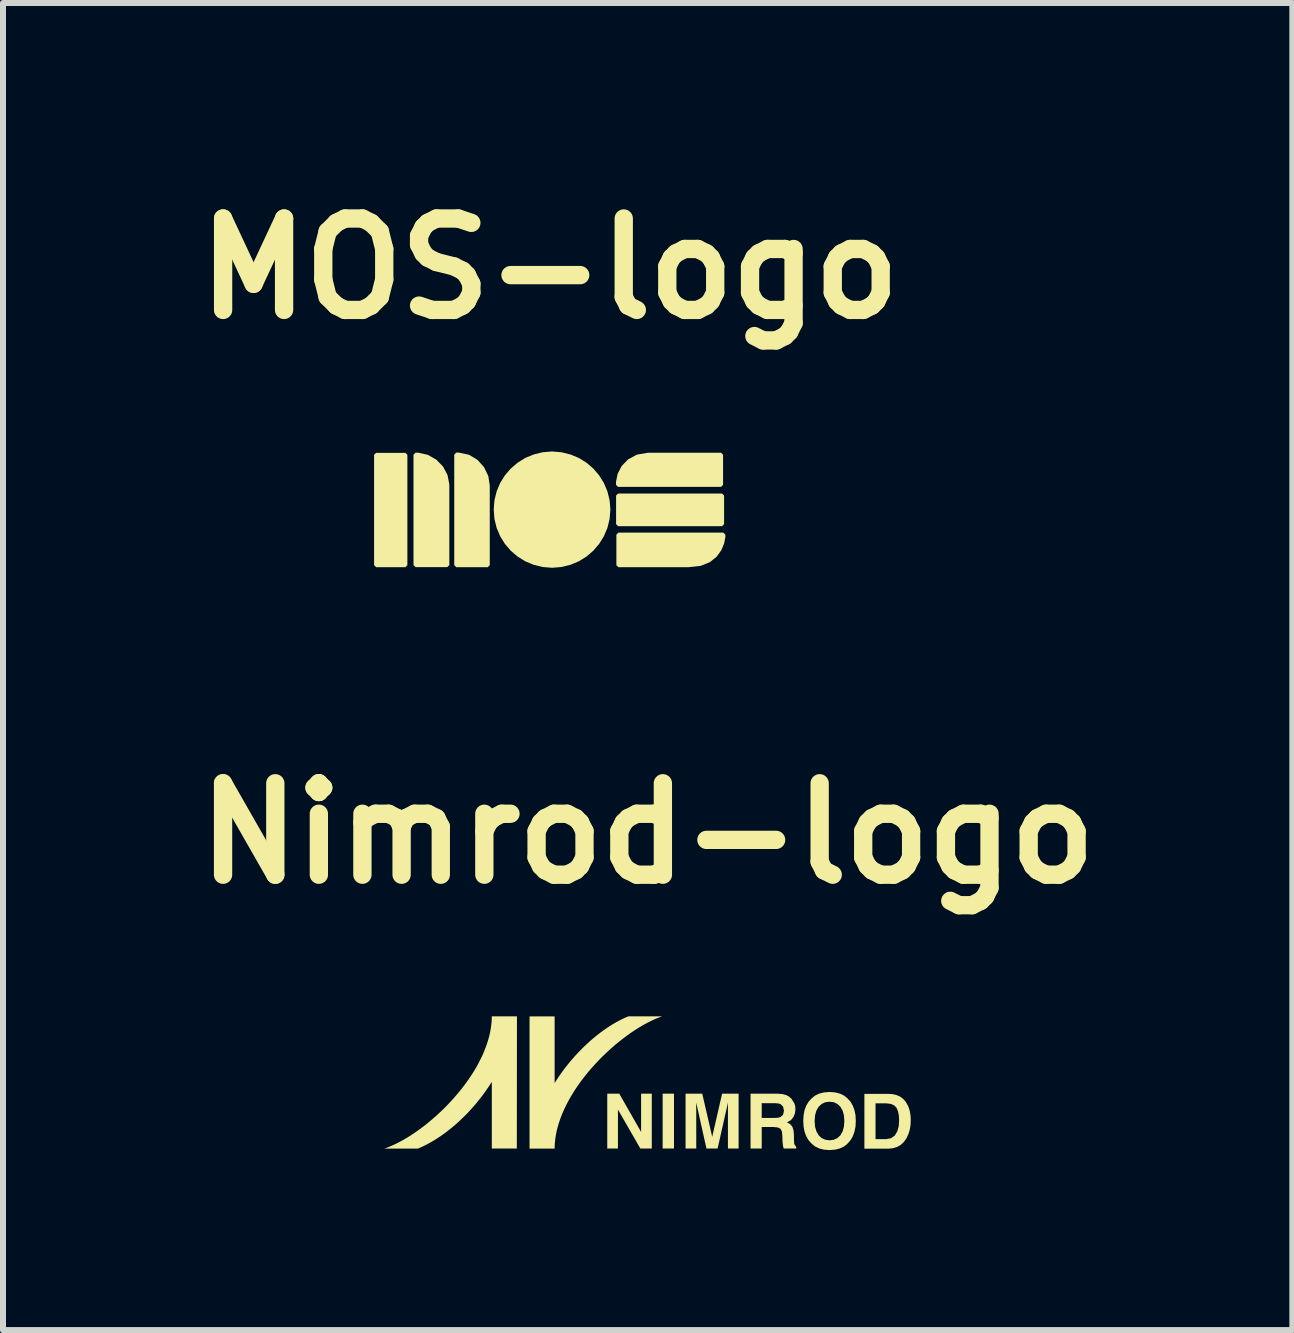
<source format=kicad_pcb>
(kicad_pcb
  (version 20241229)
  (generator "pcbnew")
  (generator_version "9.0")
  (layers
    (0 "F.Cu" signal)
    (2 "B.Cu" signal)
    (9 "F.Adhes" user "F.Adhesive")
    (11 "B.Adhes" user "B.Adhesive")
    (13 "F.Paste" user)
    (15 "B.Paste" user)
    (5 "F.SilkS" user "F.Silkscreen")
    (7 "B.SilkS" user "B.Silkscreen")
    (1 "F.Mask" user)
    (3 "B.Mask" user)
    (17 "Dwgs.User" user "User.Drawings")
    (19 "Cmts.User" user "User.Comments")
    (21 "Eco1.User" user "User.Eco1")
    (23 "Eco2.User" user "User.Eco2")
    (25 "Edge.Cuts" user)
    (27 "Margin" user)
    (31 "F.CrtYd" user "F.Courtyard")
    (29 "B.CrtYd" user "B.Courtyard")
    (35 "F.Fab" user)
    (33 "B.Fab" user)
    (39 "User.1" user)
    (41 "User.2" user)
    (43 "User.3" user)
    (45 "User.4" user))
  (footprint "Nimrod-logo"
    (layer "F.Cu")
    (at 7.743 15.001)
    (property "Reference" "Nimrod-logo" (at 0 -4.163 0) (layer "F.SilkS") (effects (font (size 1.524 1.524) (thickness 0.305))))
    (attr board_only exclude_from_pos_files exclude_from_bom allow_missing_courtyard)
    (fp_poly (pts (xy 0.25 0.175) (xy 0.25 1.089) (xy 0.439 1.089) (xy 0.439 0.175) (xy 0.25 0.175)) (stroke (width 0) (type solid)) (fill yes) (layer "F.SilkS"))
    (fp_poly (pts (xy -0.673 1.089) (xy -0.673 0.175) (xy -0.473 0.175) (xy -0.109 0.813) (xy -0.109 0.175) (xy 0.069 0.175) (xy 0.069 1.089) (xy -0.122 1.089) (xy -0.495 0.44) (xy -0.495 1.089) (xy -0.673 1.089)) (stroke (width 0) (type solid)) (fill yes) (layer "F.SilkS"))
    (fp_poly (pts (xy 1.076 0.894) (xy 1.241 0.175) (xy 1.516 0.175) (xy 1.516 1.089) (xy 1.338 1.089) (xy 1.338 0.471) (xy 1.338 0.396) (xy 1.339 0.322) (xy 1.166 1.089) (xy 0.98 1.089) (xy 0.809 0.322) (xy 0.809 0.396) (xy 0.81 0.471) (xy 0.81 1.089) (xy 0.632 1.089) (xy 0.632 0.175) (xy 0.91 0.175) (xy 1.076 0.894)) (stroke (width 0) (type solid)) (fill yes) (layer "F.SilkS"))
    (fp_poly (pts (xy 4.148 0.411) (xy 4.344 0.854) (xy 4.367 0.781) (xy 4.381 0.7) (xy 4.385 0.612) (xy 4.381 0.539) (xy 4.368 0.461) (xy 4.343 0.385) (xy 4.303 0.313) (xy 4.259 0.263) (xy 4.207 0.224) (xy 4.147 0.198) (xy 4.084 0.183) (xy 4.006 0.178) (xy 3.612 0.178) (xy 3.612 1.092) (xy 4.006 1.092) (xy 4.084 1.085) (xy 4.154 1.064) (xy 4.216 1.03) (xy 4.268 0.983) (xy 4.312 0.921) (xy 4.344 0.854) (xy 4.148 0.411) (xy 4.172 0.468) (xy 4.187 0.54) (xy 4.191 0.625) (xy 4.184 0.72) (xy 4.162 0.8) (xy 4.118 0.874) (xy 4.055 0.918) (xy 3.974 0.933) (xy 3.798 0.933) (xy 3.798 0.336) (xy 3.974 0.336) (xy 4.051 0.345) (xy 4.109 0.37) (xy 4.148 0.411)) (stroke (width 0) (type solid)) (fill yes) (layer "F.SilkS"))
    (fp_poly (pts (xy 2.216 0.35) (xy 1.715 0.175) (xy 1.715 1.089) (xy 1.901 1.089) (xy 1.901 0.731) (xy 2.098 0.731) (xy 2.169 0.738) (xy 2.214 0.76) (xy 2.237 0.804) (xy 2.245 0.876) (xy 2.247 0.961) (xy 2.255 1.04) (xy 2.267 1.089) (xy 2.477 1.089) (xy 2.477 1.066) (xy 2.443 1.014) (xy 2.438 0.929) (xy 2.438 0.868) (xy 2.431 0.784) (xy 2.411 0.725) (xy 2.376 0.683) (xy 2.322 0.653) (xy 2.387 0.617) (xy 2.43 0.564) (xy 2.455 0.5) (xy 2.463 0.436) (xy 2.459 0.385) (xy 2.446 0.339) (xy 2.399 0.263) (xy 2.359 0.226) (xy 2.311 0.199) (xy 2.248 0.182) (xy 2.163 0.175) (xy 1.715 0.175) (xy 2.216 0.35) (xy 2.258 0.392) (xy 2.272 0.462) (xy 2.257 0.526) (xy 2.214 0.565) (xy 2.174 0.576) (xy 2.118 0.579) (xy 1.901 0.579) (xy 1.901 0.334) (xy 2.123 0.334) (xy 2.178 0.338) (xy 2.216 0.35)) (stroke (width 0) (type solid)) (fill yes) (layer "F.SilkS"))
    (fp_poly (pts (xy 2.85 0.869) (xy 2.599 0.535) (xy 2.593 0.631) (xy 2.599 0.725) (xy 2.615 0.809) (xy 2.643 0.885) (xy 2.682 0.951) (xy 2.732 1.008) (xy 2.79 1.055) (xy 2.859 1.088) (xy 2.939 1.108) (xy 3.031 1.115) (xy 3.124 1.108) (xy 3.204 1.088) (xy 3.273 1.055) (xy 3.331 1.008) (xy 3.381 0.951) (xy 3.419 0.885) (xy 3.447 0.809) (xy 3.464 0.725) (xy 3.469 0.631) (xy 3.464 0.535) (xy 3.447 0.45) (xy 3.419 0.375) (xy 3.381 0.309) (xy 3.331 0.254) (xy 3.273 0.207) (xy 3.204 0.174) (xy 3.124 0.154) (xy 3.031 0.147) (xy 2.939 0.154) (xy 2.859 0.174) (xy 2.79 0.207) (xy 2.732 0.254) (xy 2.682 0.309) (xy 2.643 0.375) (xy 2.615 0.45) (xy 2.599 0.535) (xy 2.85 0.869) (xy 2.813 0.805) (xy 2.79 0.726) (xy 2.783 0.631) (xy 2.79 0.536) (xy 2.813 0.456) (xy 2.85 0.393) (xy 2.901 0.346) (xy 2.961 0.318) (xy 3.031 0.309) (xy 3.102 0.318) (xy 3.162 0.346) (xy 3.212 0.393) (xy 3.249 0.457) (xy 3.271 0.536) (xy 3.278 0.631) (xy 3.271 0.726) (xy 3.249 0.805) (xy 3.212 0.869) (xy 3.162 0.916) (xy 3.102 0.943) (xy 3.031 0.953) (xy 2.961 0.943) (xy 2.901 0.916) (xy 2.85 0.869)) (stroke (width 0) (type solid)) (fill yes) (layer "F.SilkS"))
    (fp_poly (pts (xy -2.597 -1.114) (xy -2.597 -1.106) (xy -2.6 -1.026) (xy -2.609 -0.945) (xy -2.622 -0.864) (xy -2.64 -0.783) (xy -2.663 -0.702) (xy -2.69 -0.621) (xy -2.721 -0.54) (xy -2.755 -0.46) (xy -2.794 -0.381) (xy -2.835 -0.302) (xy -2.88 -0.224) (xy -2.928 -0.147) (xy -2.979 -0.071) (xy -3.032 0.004) (xy -3.088 0.078) (xy -3.146 0.15) (xy -3.206 0.221) (xy -3.268 0.29) (xy -3.331 0.358) (xy -3.395 0.423) (xy -3.461 0.486) (xy -3.528 0.547) (xy -3.595 0.606) (xy -3.663 0.663) (xy -3.731 0.717) (xy -3.8 0.768) (xy -3.868 0.817) (xy -3.936 0.862) (xy -4.003 0.905) (xy -4.07 0.944) (xy -4.136 0.98) (xy -4.2 1.013) (xy -4.264 1.042) (xy -4.325 1.068) (xy -4.385 1.09) (xy -4.35 1.09) (xy -4.269 1.09) (xy -4.162 1.09) (xy -4.046 1.09) (xy -3.94 1.09) (xy -3.861 1.09) (xy -3.828 1.09) (xy -3.759 1.06) (xy -3.689 1.026) (xy -3.619 0.988) (xy -3.548 0.946) (xy -3.478 0.901) (xy -3.408 0.853) (xy -3.338 0.801) (xy -3.269 0.746) (xy -3.2 0.688) (xy -3.133 0.627) (xy -3.067 0.564) (xy -3.001 0.498) (xy -2.938 0.429) (xy -2.876 0.359) (xy -2.816 0.286) (xy -2.757 0.211) (xy -2.702 0.135) (xy -2.648 0.057) (xy -2.597 -0.022) (xy -2.597 1.089) (xy -2.18 1.089) (xy -2.178 -1.114) (xy -2.597 -1.114)) (stroke (width 0) (type solid)) (fill yes) (layer "F.SilkS"))
    (fp_poly (pts (xy -0.321 -1.114) (xy -0.391 -1.084) (xy -0.46 -1.05) (xy -0.531 -1.012) (xy -0.601 -0.971) (xy -0.671 -0.925) (xy -0.741 -0.877) (xy -0.811 -0.825) (xy -0.88 -0.77) (xy -0.948 -0.712) (xy -1.015 -0.651) (xy -1.081 -0.588) (xy -1.146 -0.522) (xy -1.21 -0.453) (xy -1.272 -0.383) (xy -1.332 -0.31) (xy -1.39 -0.236) (xy -1.446 -0.159) (xy -1.499 -0.081) (xy -1.55 -0.002) (xy -1.55 -1.113) (xy -1.968 -1.113) (xy -1.968 1.09) (xy -1.55 1.09) (xy -1.55 1.082) (xy -1.547 1.001) (xy -1.538 0.921) (xy -1.525 0.84) (xy -1.507 0.759) (xy -1.484 0.678) (xy -1.457 0.597) (xy -1.426 0.516) (xy -1.391 0.436) (xy -1.353 0.357) (xy -1.311 0.278) (xy -1.266 0.2) (xy -1.218 0.122) (xy -1.167 0.046) (xy -1.114 -0.029) (xy -1.058 -0.102) (xy -1 -0.175) (xy -0.94 -0.245) (xy -0.878 -0.314) (xy -0.815 -0.382) (xy -0.75 -0.447) (xy -0.684 -0.51) (xy -0.617 -0.572) (xy -0.55 -0.631) (xy -0.482 -0.687) (xy -0.413 -0.741) (xy -0.345 -0.792) (xy -0.277 -0.841) (xy -0.209 -0.886) (xy -0.141 -0.929) (xy -0.074 -0.968) (xy -0.008 -1.005) (xy 0.056 -1.037) (xy 0.12 -1.067) (xy 0.182 -1.092) (xy 0.242 -1.114) (xy 0.21 -1.114) (xy 0.13 -1.114) (xy 0.02 -1.114) (xy -0.1 -1.114) (xy -0.21 -1.114) (xy -0.29 -1.114) (xy -0.321 -1.114)) (stroke (width 0) (type solid)) (fill yes) (layer "F.SilkS")))
  (footprint "MOS-logo"
    (layer "F.Cu")
    (at 6.111 5.443)
    (property "Reference" "MOS-logo" (at 0 -4.017 0) (layer "F.SilkS") (effects (font (size 1.524 1.524) (thickness 0.305))))
    (attr board_only exclude_from_pos_files exclude_from_bom allow_missing_courtyard)
    (fp_poly (pts (xy -2.893 -0.946) (xy -2.405 -0.946) (xy -2.372 -0.913) (xy -2.372 0.925) (xy -2.405 0.959) (xy -2.893 0.959) (xy -2.927 0.925) (xy -2.927 -0.913) (xy -2.893 -0.946)) (stroke (width 0) (type solid)) (fill yes) (layer "F.SilkS"))
    (fp_poly (pts (xy 1.14 -0.268) (xy 2.872 -0.268) (xy 2.906 -0.235) (xy 2.906 0.242) (xy 2.872 0.276) (xy 1.14 0.276) (xy 1.106 0.242) (xy 1.106 -0.235) (xy 1.14 -0.268)) (stroke (width 0) (type solid)) (fill yes) (layer "F.SilkS"))
    (fp_poly (pts (xy -2.236 -0.949) (xy -2.192 -0.949) (xy -2.031 -0.913) (xy -1.89 -0.833) (xy -1.778 -0.718) (xy -1.703 -0.577) (xy -1.673 -0.421) (xy -1.673 0.924) (xy -1.707 0.958) (xy -2.236 0.958) (xy -2.27 0.924) (xy -2.27 -0.915) (xy -2.236 -0.949)) (stroke (width 0) (type solid)) (fill yes) (layer "F.SilkS"))
    (fp_poly (pts (xy -1.557 -0.95) (xy -1.513 -0.95) (xy -1.344 -0.914) (xy -1.202 -0.828) (xy -1.093 -0.705) (xy -1.023 -0.559) (xy -0.999 -0.403) (xy -0.999 0.926) (xy -1.033 0.959) (xy -1.557 0.959) (xy -1.591 0.926) (xy -1.591 -0.916) (xy -1.557 -0.95)) (stroke (width 0) (type solid)) (fill yes) (layer "F.SilkS"))
    (fp_poly (pts (xy 1.639 -0.948) (xy 2.855 -0.948) (xy 2.889 -0.914) (xy 2.889 -0.413) (xy 2.855 -0.379) (xy 1.139 -0.379) (xy 1.105 -0.413) (xy 1.105 -0.464) (xy 1.132 -0.597) (xy 1.199 -0.727) (xy 1.307 -0.838) (xy 1.454 -0.917) (xy 1.639 -0.948)) (stroke (width 0) (type solid)) (fill yes) (layer "F.SilkS"))
    (fp_poly (pts (xy 1.145 0.383) (xy 2.893 0.383) (xy 2.927 0.417) (xy 2.927 0.458) (xy 2.907 0.564) (xy 2.86 0.676) (xy 2.783 0.784) (xy 2.67 0.875) (xy 2.516 0.937) (xy 2.317 0.959) (xy 1.145 0.959) (xy 1.111 0.926) (xy 1.111 0.417) (xy 1.145 0.383)) (stroke (width 0) (type solid)) (fill yes) (layer "F.SilkS"))
    (fp_poly (pts (xy 1.011 0) (xy 0.998 0.157) (xy 0.961 0.306) (xy 0.902 0.445) (xy 0.823 0.572) (xy 0.726 0.685) (xy 0.613 0.782) (xy 0.485 0.861) (xy 0.346 0.919) (xy 0.196 0.956) (xy 0.039 0.969) (xy -0.119 0.956) (xy -0.268 0.919) (xy -0.408 0.861) (xy -0.535 0.782) (xy -0.649 0.685) (xy -0.746 0.572) (xy -0.825 0.445) (xy -0.884 0.306) (xy -0.921 0.157) (xy -0.933 0) (xy -0.921 -0.157) (xy -0.884 -0.306) (xy -0.825 -0.445) (xy -0.746 -0.572) (xy -0.649 -0.685) (xy -0.535 -0.782) (xy -0.408 -0.861) (xy -0.268 -0.919) (xy -0.119 -0.956) (xy 0.039 -0.969) (xy 0.196 -0.956) (xy 0.346 -0.919) (xy 0.485 -0.861) (xy 0.613 -0.782) (xy 0.726 -0.685) (xy 0.823 -0.572) (xy 0.902 -0.445) (xy 0.961 -0.306) (xy 0.998 -0.157) (xy 1.011 0)) (stroke (width 0) (type solid)) (fill yes) (layer "F.SilkS")))
  (gr_rect
    (start -3 -3)
    (end 18.487 19.116)
    (stroke (width 0.1) (type default))
    (fill no)
    (layer "Edge.Cuts")))
</source>
